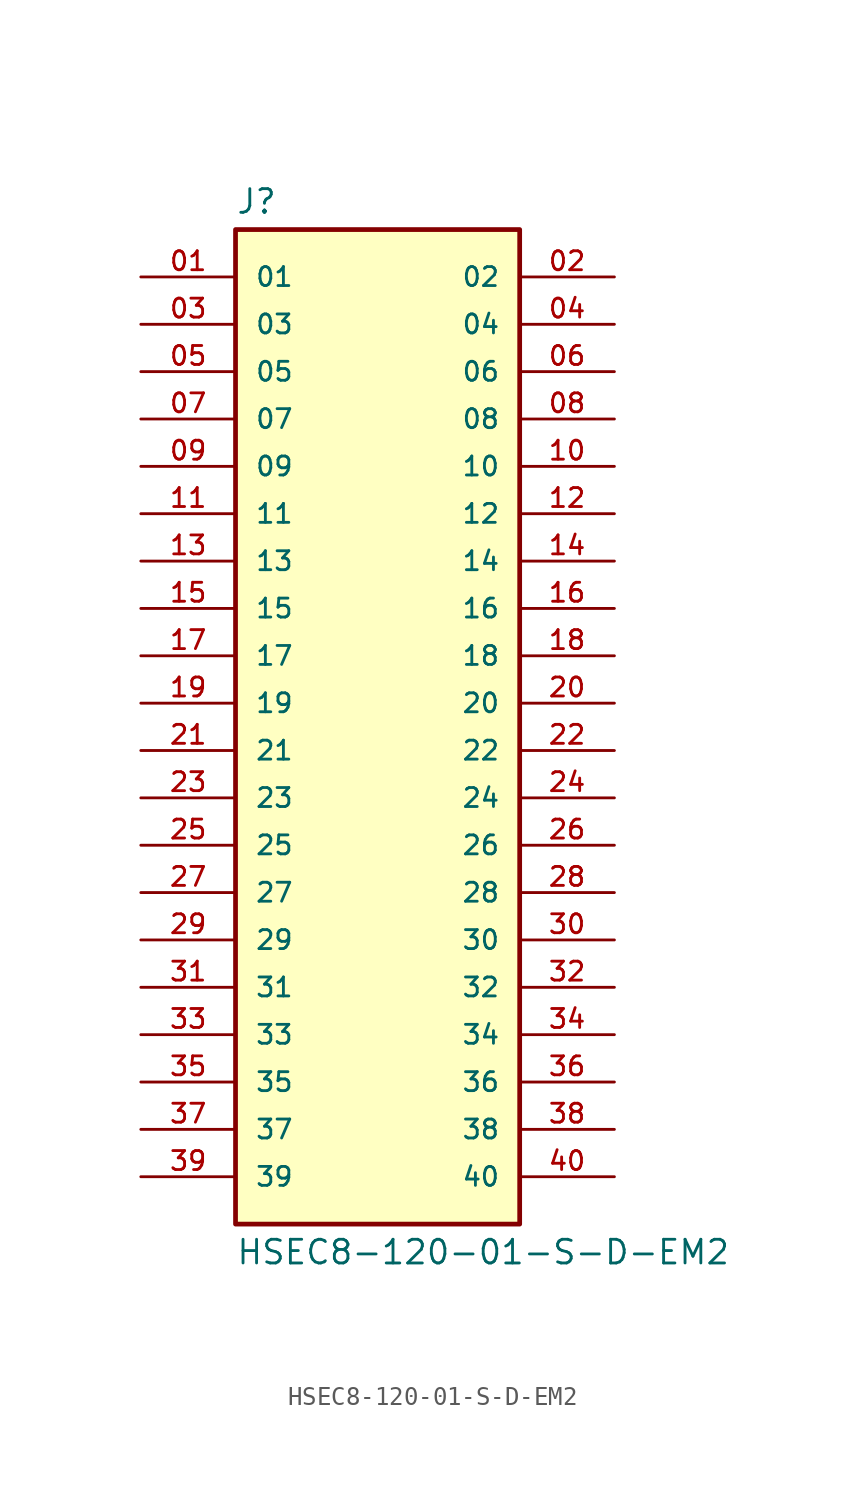
<source format=kicad_sym>
(kicad_symbol_lib
  (version 20211014)
  (generator kicad_symbol_editor)
  (symbol "HSEC8-120-01-S-D-EM2"
    (pin_names
      (offset 1.016))
    (property "Reference" "J"
      (at -7.62 26.162 0)
      (effects (font (size 1.27 1.27)) (justify bottom left)))
    (property "Value" "HSEC8-120-01-S-D-EM2"
      (at -7.62 -28.702 0)
      (effects (font (size 1.27 1.27)) (justify top left)))
    (symbol "HSEC8-120-01-S-D-EM2_0_0"
      (rectangle (start -7.62 -27.94) (end 7.62 25.4) (stroke (width 0.254)) (fill (type background)))
      (pin passive line (at -12.7 22.86 0) (length 5.08) (name "01" (effects (font (size 1.016 1.016)))) (number "01" (effects (font (size 1.016 1.016)))))
      (pin passive line (at 12.7 22.86 180.0) (length 5.08) (name "02" (effects (font (size 1.016 1.016)))) (number "02" (effects (font (size 1.016 1.016)))))
      (pin passive line (at -12.7 20.32 0) (length 5.08) (name "03" (effects (font (size 1.016 1.016)))) (number "03" (effects (font (size 1.016 1.016)))))
      (pin passive line (at 12.7 20.32 180.0) (length 5.08) (name "04" (effects (font (size 1.016 1.016)))) (number "04" (effects (font (size 1.016 1.016)))))
      (pin passive line (at -12.7 17.78 0) (length 5.08) (name "05" (effects (font (size 1.016 1.016)))) (number "05" (effects (font (size 1.016 1.016)))))
      (pin passive line (at 12.7 17.78 180.0) (length 5.08) (name "06" (effects (font (size 1.016 1.016)))) (number "06" (effects (font (size 1.016 1.016)))))
      (pin passive line (at -12.7 15.24 0) (length 5.08) (name "07" (effects (font (size 1.016 1.016)))) (number "07" (effects (font (size 1.016 1.016)))))
      (pin passive line (at 12.7 15.24 180.0) (length 5.08) (name "08" (effects (font (size 1.016 1.016)))) (number "08" (effects (font (size 1.016 1.016)))))
      (pin passive line (at -12.7 12.7 0) (length 5.08) (name "09" (effects (font (size 1.016 1.016)))) (number "09" (effects (font (size 1.016 1.016)))))
      (pin passive line (at 12.7 12.7 180.0) (length 5.08) (name "10" (effects (font (size 1.016 1.016)))) (number "10" (effects (font (size 1.016 1.016)))))
      (pin passive line (at -12.7 10.16 0) (length 5.08) (name "11" (effects (font (size 1.016 1.016)))) (number "11" (effects (font (size 1.016 1.016)))))
      (pin passive line (at 12.7 10.16 180.0) (length 5.08) (name "12" (effects (font (size 1.016 1.016)))) (number "12" (effects (font (size 1.016 1.016)))))
      (pin passive line (at -12.7 7.62 0) (length 5.08) (name "13" (effects (font (size 1.016 1.016)))) (number "13" (effects (font (size 1.016 1.016)))))
      (pin passive line (at 12.7 7.62 180.0) (length 5.08) (name "14" (effects (font (size 1.016 1.016)))) (number "14" (effects (font (size 1.016 1.016)))))
      (pin passive line (at -12.7 5.08 0) (length 5.08) (name "15" (effects (font (size 1.016 1.016)))) (number "15" (effects (font (size 1.016 1.016)))))
      (pin passive line (at 12.7 5.08 180.0) (length 5.08) (name "16" (effects (font (size 1.016 1.016)))) (number "16" (effects (font (size 1.016 1.016)))))
      (pin passive line (at -12.7 2.54 0) (length 5.08) (name "17" (effects (font (size 1.016 1.016)))) (number "17" (effects (font (size 1.016 1.016)))))
      (pin passive line (at 12.7 2.54 180.0) (length 5.08) (name "18" (effects (font (size 1.016 1.016)))) (number "18" (effects (font (size 1.016 1.016)))))
      (pin passive line (at -12.7 0.0 0) (length 5.08) (name "19" (effects (font (size 1.016 1.016)))) (number "19" (effects (font (size 1.016 1.016)))))
      (pin passive line (at 12.7 0.0 180.0) (length 5.08) (name "20" (effects (font (size 1.016 1.016)))) (number "20" (effects (font (size 1.016 1.016)))))
      (pin passive line (at -12.7 -2.54 0) (length 5.08) (name "21" (effects (font (size 1.016 1.016)))) (number "21" (effects (font (size 1.016 1.016)))))
      (pin passive line (at 12.7 -2.54 180.0) (length 5.08) (name "22" (effects (font (size 1.016 1.016)))) (number "22" (effects (font (size 1.016 1.016)))))
      (pin passive line (at -12.7 -5.08 0) (length 5.08) (name "23" (effects (font (size 1.016 1.016)))) (number "23" (effects (font (size 1.016 1.016)))))
      (pin passive line (at 12.7 -5.08 180.0) (length 5.08) (name "24" (effects (font (size 1.016 1.016)))) (number "24" (effects (font (size 1.016 1.016)))))
      (pin passive line (at -12.7 -7.62 0) (length 5.08) (name "25" (effects (font (size 1.016 1.016)))) (number "25" (effects (font (size 1.016 1.016)))))
      (pin passive line (at 12.7 -7.62 180.0) (length 5.08) (name "26" (effects (font (size 1.016 1.016)))) (number "26" (effects (font (size 1.016 1.016)))))
      (pin passive line (at -12.7 -10.16 0) (length 5.08) (name "27" (effects (font (size 1.016 1.016)))) (number "27" (effects (font (size 1.016 1.016)))))
      (pin passive line (at 12.7 -10.16 180.0) (length 5.08) (name "28" (effects (font (size 1.016 1.016)))) (number "28" (effects (font (size 1.016 1.016)))))
      (pin passive line (at -12.7 -12.7 0) (length 5.08) (name "29" (effects (font (size 1.016 1.016)))) (number "29" (effects (font (size 1.016 1.016)))))
      (pin passive line (at 12.7 -12.7 180.0) (length 5.08) (name "30" (effects (font (size 1.016 1.016)))) (number "30" (effects (font (size 1.016 1.016)))))
      (pin passive line (at -12.7 -15.24 0) (length 5.08) (name "31" (effects (font (size 1.016 1.016)))) (number "31" (effects (font (size 1.016 1.016)))))
      (pin passive line (at 12.7 -15.24 180.0) (length 5.08) (name "32" (effects (font (size 1.016 1.016)))) (number "32" (effects (font (size 1.016 1.016)))))
      (pin passive line (at -12.7 -17.78 0) (length 5.08) (name "33" (effects (font (size 1.016 1.016)))) (number "33" (effects (font (size 1.016 1.016)))))
      (pin passive line (at 12.7 -17.78 180.0) (length 5.08) (name "34" (effects (font (size 1.016 1.016)))) (number "34" (effects (font (size 1.016 1.016)))))
      (pin passive line (at -12.7 -20.32 0) (length 5.08) (name "35" (effects (font (size 1.016 1.016)))) (number "35" (effects (font (size 1.016 1.016)))))
      (pin passive line (at 12.7 -20.32 180.0) (length 5.08) (name "36" (effects (font (size 1.016 1.016)))) (number "36" (effects (font (size 1.016 1.016)))))
      (pin passive line (at -12.7 -22.86 0) (length 5.08) (name "37" (effects (font (size 1.016 1.016)))) (number "37" (effects (font (size 1.016 1.016)))))
      (pin passive line (at 12.7 -22.86 180.0) (length 5.08) (name "38" (effects (font (size 1.016 1.016)))) (number "38" (effects (font (size 1.016 1.016)))))
      (pin passive line (at -12.7 -25.4 0) (length 5.08) (name "39" (effects (font (size 1.016 1.016)))) (number "39" (effects (font (size 1.016 1.016)))))
      (pin passive line (at 12.7 -25.4 180.0) (length 5.08) (name "40" (effects (font (size 1.016 1.016)))) (number "40" (effects (font (size 1.016 1.016))))))))
</source>
